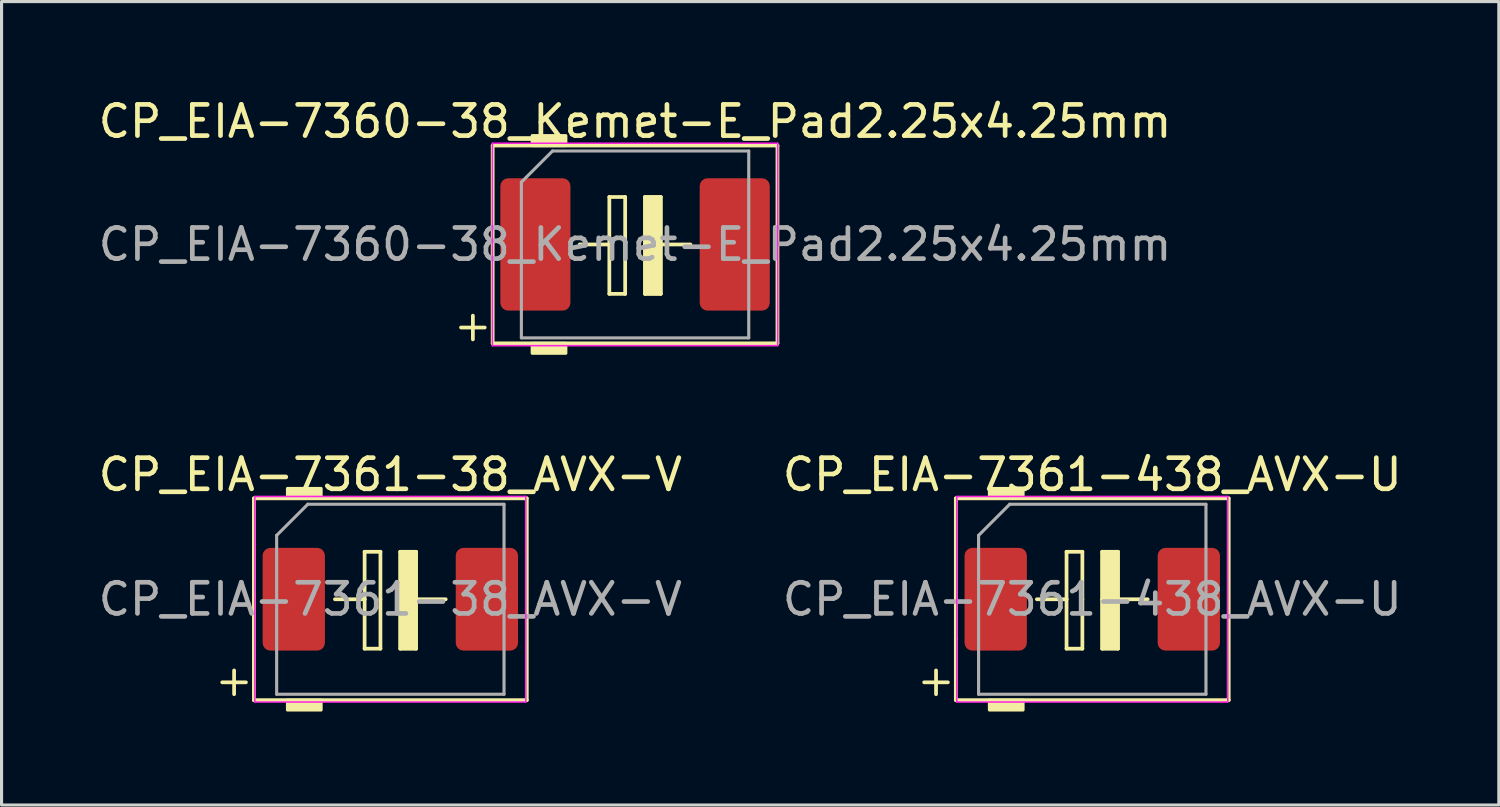
<source format=kicad_pcb>
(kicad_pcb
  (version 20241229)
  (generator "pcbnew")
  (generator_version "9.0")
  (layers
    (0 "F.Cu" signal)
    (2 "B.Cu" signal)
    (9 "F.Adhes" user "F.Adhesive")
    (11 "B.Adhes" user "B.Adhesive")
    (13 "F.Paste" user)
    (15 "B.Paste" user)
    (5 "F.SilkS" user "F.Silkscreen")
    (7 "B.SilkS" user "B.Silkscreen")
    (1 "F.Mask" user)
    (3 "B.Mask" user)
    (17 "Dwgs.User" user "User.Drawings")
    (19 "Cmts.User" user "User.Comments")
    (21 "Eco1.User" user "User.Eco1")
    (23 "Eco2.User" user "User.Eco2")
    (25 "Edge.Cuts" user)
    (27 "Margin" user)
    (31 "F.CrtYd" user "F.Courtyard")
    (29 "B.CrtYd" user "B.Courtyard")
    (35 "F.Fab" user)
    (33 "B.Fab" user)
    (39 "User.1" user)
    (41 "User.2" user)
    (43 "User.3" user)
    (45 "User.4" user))
  (footprint "CP_EIA-7361-438_AVX-U"
    (layer "F.Cu")
    (at 32.018 16.189)
    (property "Reference" "CP_EIA-7361-438_AVX-U" (at 0 -4 0) (layer "F.SilkS") (effects (font (size 1 1) (thickness 0.15))))
    (attr smd)
    (fp_line (start -5.397 2.667) (end -4.636 2.667) (stroke (width 0.12) (type solid)) (layer "F.SilkS"))
    (fp_line (start -5.016 2.286) (end -5.016 3.048) (stroke (width 0.12) (type solid)) (layer "F.SilkS"))
    (fp_line (start -4.381 -3.239) (end -4.381 1.27) (stroke (width 0.12) (type solid)) (layer "F.SilkS"))
    (fp_line (start -4.381 1.27) (end -4.381 3.239) (stroke (width 0.12) (type solid)) (layer "F.SilkS"))
    (fp_line (start -4.381 3.239) (end 4.381 3.239) (stroke (width 0.12) (type solid)) (layer "F.SilkS"))
    (fp_line (start -1.778 0) (end -0.826 0) (stroke (width 0.12) (type solid)) (layer "F.SilkS"))
    (fp_line (start -0.826 -1.524) (end -0.826 0) (stroke (width 0.12) (type solid)) (layer "F.SilkS"))
    (fp_line (start -0.826 1.587) (end -0.826 0) (stroke (width 0.12) (type solid)) (layer "F.SilkS"))
    (fp_line (start -0.826 1.587) (end -0.318 1.587) (stroke (width 0.12) (type solid)) (layer "F.SilkS"))
    (fp_line (start -0.318 -1.524) (end -0.826 -1.524) (stroke (width 0.12) (type solid)) (layer "F.SilkS"))
    (fp_line (start -0.318 -1.524) (end -0.318 0) (stroke (width 0.12) (type solid)) (layer "F.SilkS"))
    (fp_line (start -0.318 1.587) (end -0.318 0) (stroke (width 0.12) (type solid)) (layer "F.SilkS"))
    (fp_line (start 0.318 -1.524) (end 0.318 0) (stroke (width 0.12) (type solid)) (layer "F.SilkS"))
    (fp_line (start 0.318 1.587) (end 0.318 0) (stroke (width 0.12) (type solid)) (layer "F.SilkS"))
    (fp_line (start 0.318 1.587) (end 0.826 1.587) (stroke (width 0.12) (type solid)) (layer "F.SilkS"))
    (fp_line (start 0.826 -1.524) (end 0.318 -1.524) (stroke (width 0.12) (type solid)) (layer "F.SilkS"))
    (fp_line (start 0.826 -1.524) (end 0.826 0) (stroke (width 0.12) (type solid)) (layer "F.SilkS"))
    (fp_line (start 0.826 0) (end 1.778 0) (stroke (width 0.12) (type solid)) (layer "F.SilkS"))
    (fp_line (start 0.826 1.587) (end 0.826 0) (stroke (width 0.12) (type solid)) (layer "F.SilkS"))
    (fp_line (start 4.381 -3.239) (end -4.381 -3.239) (stroke (width 0.12) (type solid)) (layer "F.SilkS"))
    (fp_line (start 4.381 3.239) (end 4.381 -3.239) (stroke (width 0.12) (type solid)) (layer "F.SilkS"))
    (fp_poly (pts (xy -2.223 -3.239) (xy -3.302 -3.239) (xy -3.302 -3.556) (xy -2.223 -3.556)) (stroke (width 0.1) (type solid)) (fill yes) (layer "F.SilkS"))
    (fp_poly (pts (xy -2.223 3.556) (xy -3.302 3.556) (xy -3.302 3.239) (xy -2.223 3.239)) (stroke (width 0.1) (type solid)) (fill yes) (layer "F.SilkS"))
    (fp_poly (pts (xy 0.826 1.587) (xy 0.318 1.587) (xy 0.318 -1.524) (xy 0.826 -1.524)) (stroke (width 0.1) (type solid)) (fill yes) (layer "F.SilkS"))
    (fp_line (start -4.35 -3.3) (end 4.35 -3.3) (stroke (width 0.05) (type solid)) (layer "F.CrtYd"))
    (fp_line (start -4.35 3.3) (end -4.35 -3.3) (stroke (width 0.05) (type solid)) (layer "F.CrtYd"))
    (fp_line (start 4.35 -3.3) (end 4.35 3.3) (stroke (width 0.05) (type solid)) (layer "F.CrtYd"))
    (fp_line (start 4.35 3.3) (end -4.35 3.3) (stroke (width 0.05) (type solid)) (layer "F.CrtYd"))
    (fp_line (start -3.65 -2.05) (end -3.65 3.05) (stroke (width 0.1) (type solid)) (layer "F.Fab"))
    (fp_line (start -3.65 3.05) (end 3.65 3.05) (stroke (width 0.1) (type solid)) (layer "F.Fab"))
    (fp_line (start -2.65 -3.05) (end -3.65 -2.05) (stroke (width 0.1) (type solid)) (layer "F.Fab"))
    (fp_line (start 3.65 -3.05) (end -2.65 -3.05) (stroke (width 0.1) (type solid)) (layer "F.Fab"))
    (fp_line (start 3.65 3.05) (end 3.65 -3.05) (stroke (width 0.1) (type solid)) (layer "F.Fab"))
    (fp_text user "${REFERENCE}" (at 0 0 0) (layer "F.Fab") (effects (font (size 1 1) (thickness 0.15))))
    (pad "1" smd roundrect (at -3.1 0) (size 2 3.3) (layers "F.Cu" "F.Mask" "F.Paste") (roundrect_rratio 0.125))
    (pad "2" smd roundrect (at 3.1 0) (size 2 3.3) (layers "F.Cu" "F.Mask" "F.Paste") (roundrect_rratio 0.125)))
  (footprint "CP_EIA-7360-38_Kemet-E_Pad2.25x4.25mm"
    (layer "F.Cu")
    (at 17.339 4.798)
    (property "Reference" "CP_EIA-7360-38_Kemet-E_Pad2.25x4.25mm" (at 0 -3.95 0) (layer "F.SilkS") (effects (font (size 1 1) (thickness 0.15))))
    (attr smd)
    (fp_line (start -5.588 2.667) (end -4.826 2.667) (stroke (width 0.12) (type solid)) (layer "F.SilkS"))
    (fp_line (start -5.207 2.286) (end -5.207 3.048) (stroke (width 0.12) (type solid)) (layer "F.SilkS"))
    (fp_line (start -4.572 -3.175) (end -4.572 3.175) (stroke (width 0.12) (type solid)) (layer "F.SilkS"))
    (fp_line (start -4.572 3.175) (end 4.572 3.175) (stroke (width 0.12) (type solid)) (layer "F.SilkS"))
    (fp_line (start -1.778 0) (end -0.826 0) (stroke (width 0.12) (type solid)) (layer "F.SilkS"))
    (fp_line (start -0.826 -1.524) (end -0.826 0) (stroke (width 0.12) (type solid)) (layer "F.SilkS"))
    (fp_line (start -0.826 1.587) (end -0.826 0) (stroke (width 0.12) (type solid)) (layer "F.SilkS"))
    (fp_line (start -0.826 1.587) (end -0.318 1.587) (stroke (width 0.12) (type solid)) (layer "F.SilkS"))
    (fp_line (start -0.318 -1.524) (end -0.826 -1.524) (stroke (width 0.12) (type solid)) (layer "F.SilkS"))
    (fp_line (start -0.318 -1.524) (end -0.318 0) (stroke (width 0.12) (type solid)) (layer "F.SilkS"))
    (fp_line (start -0.318 1.587) (end -0.318 0) (stroke (width 0.12) (type solid)) (layer "F.SilkS"))
    (fp_line (start 0.318 -1.524) (end 0.318 0) (stroke (width 0.12) (type solid)) (layer "F.SilkS"))
    (fp_line (start 0.318 1.587) (end 0.318 0) (stroke (width 0.12) (type solid)) (layer "F.SilkS"))
    (fp_line (start 0.318 1.587) (end 0.826 1.587) (stroke (width 0.12) (type solid)) (layer "F.SilkS"))
    (fp_line (start 0.826 -1.524) (end 0.318 -1.524) (stroke (width 0.12) (type solid)) (layer "F.SilkS"))
    (fp_line (start 0.826 -1.524) (end 0.826 0) (stroke (width 0.12) (type solid)) (layer "F.SilkS"))
    (fp_line (start 0.826 0) (end 1.778 0) (stroke (width 0.12) (type solid)) (layer "F.SilkS"))
    (fp_line (start 0.826 1.587) (end 0.826 0) (stroke (width 0.12) (type solid)) (layer "F.SilkS"))
    (fp_line (start 4.572 -3.175) (end -4.572 -3.175) (stroke (width 0.12) (type solid)) (layer "F.SilkS"))
    (fp_line (start 4.572 3.175) (end 4.572 -3.175) (stroke (width 0.12) (type solid)) (layer "F.SilkS"))
    (fp_poly (pts (xy -2.223 -3.175) (xy -3.302 -3.175) (xy -3.302 -3.493) (xy -2.223 -3.493)) (stroke (width 0.1) (type solid)) (fill yes) (layer "F.SilkS"))
    (fp_poly (pts (xy -2.223 3.493) (xy -3.302 3.493) (xy -3.302 3.175) (xy -2.223 3.175)) (stroke (width 0.1) (type solid)) (fill yes) (layer "F.SilkS"))
    (fp_poly (pts (xy 0.826 1.587) (xy 0.318 1.587) (xy 0.318 -1.524) (xy 0.826 -1.524)) (stroke (width 0.1) (type solid)) (fill yes) (layer "F.SilkS"))
    (fp_line (start -4.58 -3.25) (end 4.58 -3.25) (stroke (width 0.05) (type solid)) (layer "F.CrtYd"))
    (fp_line (start -4.58 3.25) (end -4.58 -3.25) (stroke (width 0.05) (type solid)) (layer "F.CrtYd"))
    (fp_line (start 4.58 -3.25) (end 4.58 3.25) (stroke (width 0.05) (type solid)) (layer "F.CrtYd"))
    (fp_line (start 4.58 3.25) (end -4.58 3.25) (stroke (width 0.05) (type solid)) (layer "F.CrtYd"))
    (fp_line (start -3.65 -2) (end -3.65 3) (stroke (width 0.1) (type solid)) (layer "F.Fab"))
    (fp_line (start -3.65 3) (end 3.65 3) (stroke (width 0.1) (type solid)) (layer "F.Fab"))
    (fp_line (start -2.65 -3) (end -3.65 -2) (stroke (width 0.1) (type solid)) (layer "F.Fab"))
    (fp_line (start 3.65 -3) (end -2.65 -3) (stroke (width 0.1) (type solid)) (layer "F.Fab"))
    (fp_line (start 3.65 3) (end 3.65 -3) (stroke (width 0.1) (type solid)) (layer "F.Fab"))
    (fp_text user "${REFERENCE}" (at 0 0 0) (layer "F.Fab") (effects (font (size 1 1) (thickness 0.15))))
    (pad "1" smd roundrect (at -3.2 0) (size 2.25 4.25) (layers "F.Cu" "F.Mask" "F.Paste") (roundrect_rratio 0.111))
    (pad "2" smd roundrect (at 3.2 0) (size 2.25 4.25) (layers "F.Cu" "F.Mask" "F.Paste") (roundrect_rratio 0.111)))
  (footprint "CP_EIA-7361-38_AVX-V"
    (layer "F.Cu")
    (at 9.482 16.189)
    (property "Reference" "CP_EIA-7361-38_AVX-V" (at 0 -4 0) (layer "F.SilkS") (effects (font (size 1 1) (thickness 0.15))))
    (attr smd)
    (fp_line (start -5.397 2.667) (end -4.636 2.667) (stroke (width 0.12) (type solid)) (layer "F.SilkS"))
    (fp_line (start -5.016 2.286) (end -5.016 3.048) (stroke (width 0.12) (type solid)) (layer "F.SilkS"))
    (fp_line (start -4.381 -3.239) (end -4.381 3.239) (stroke (width 0.12) (type solid)) (layer "F.SilkS"))
    (fp_line (start -4.381 3.239) (end 4.381 3.239) (stroke (width 0.12) (type solid)) (layer "F.SilkS"))
    (fp_line (start -1.778 0) (end -0.826 0) (stroke (width 0.12) (type solid)) (layer "F.SilkS"))
    (fp_line (start -0.826 -1.524) (end -0.826 0) (stroke (width 0.12) (type solid)) (layer "F.SilkS"))
    (fp_line (start -0.826 1.587) (end -0.826 0) (stroke (width 0.12) (type solid)) (layer "F.SilkS"))
    (fp_line (start -0.826 1.587) (end -0.318 1.587) (stroke (width 0.12) (type solid)) (layer "F.SilkS"))
    (fp_line (start -0.318 -1.524) (end -0.826 -1.524) (stroke (width 0.12) (type solid)) (layer "F.SilkS"))
    (fp_line (start -0.318 -1.524) (end -0.318 0) (stroke (width 0.12) (type solid)) (layer "F.SilkS"))
    (fp_line (start -0.318 1.587) (end -0.318 0) (stroke (width 0.12) (type solid)) (layer "F.SilkS"))
    (fp_line (start 0.318 -1.524) (end 0.318 0) (stroke (width 0.12) (type solid)) (layer "F.SilkS"))
    (fp_line (start 0.318 1.587) (end 0.318 0) (stroke (width 0.12) (type solid)) (layer "F.SilkS"))
    (fp_line (start 0.318 1.587) (end 0.826 1.587) (stroke (width 0.12) (type solid)) (layer "F.SilkS"))
    (fp_line (start 0.826 -1.524) (end 0.318 -1.524) (stroke (width 0.12) (type solid)) (layer "F.SilkS"))
    (fp_line (start 0.826 -1.524) (end 0.826 0) (stroke (width 0.12) (type solid)) (layer "F.SilkS"))
    (fp_line (start 0.826 0) (end 1.778 0) (stroke (width 0.12) (type solid)) (layer "F.SilkS"))
    (fp_line (start 0.826 1.587) (end 0.826 0) (stroke (width 0.12) (type solid)) (layer "F.SilkS"))
    (fp_line (start 4.381 -3.239) (end -4.381 -3.239) (stroke (width 0.12) (type solid)) (layer "F.SilkS"))
    (fp_line (start 4.381 3.239) (end 4.381 -3.239) (stroke (width 0.12) (type solid)) (layer "F.SilkS"))
    (fp_poly (pts (xy -2.223 -3.239) (xy -3.302 -3.239) (xy -3.302 -3.556) (xy -2.223 -3.556)) (stroke (width 0.1) (type solid)) (fill yes) (layer "F.SilkS"))
    (fp_poly (pts (xy -2.223 3.556) (xy -3.302 3.556) (xy -3.302 3.239) (xy -2.223 3.239)) (stroke (width 0.1) (type solid)) (fill yes) (layer "F.SilkS"))
    (fp_poly (pts (xy 0.826 1.587) (xy 0.318 1.587) (xy 0.318 -1.524) (xy 0.826 -1.524)) (stroke (width 0.1) (type solid)) (fill yes) (layer "F.SilkS"))
    (fp_line (start -4.35 -3.3) (end 4.35 -3.3) (stroke (width 0.05) (type solid)) (layer "F.CrtYd"))
    (fp_line (start -4.35 3.3) (end -4.35 -3.3) (stroke (width 0.05) (type solid)) (layer "F.CrtYd"))
    (fp_line (start 4.35 -3.3) (end 4.35 3.3) (stroke (width 0.05) (type solid)) (layer "F.CrtYd"))
    (fp_line (start 4.35 3.3) (end -4.35 3.3) (stroke (width 0.05) (type solid)) (layer "F.CrtYd"))
    (fp_line (start -3.65 -2.05) (end -3.65 3.05) (stroke (width 0.1) (type solid)) (layer "F.Fab"))
    (fp_line (start -3.65 3.05) (end 3.65 3.05) (stroke (width 0.1) (type solid)) (layer "F.Fab"))
    (fp_line (start -2.65 -3.05) (end -3.65 -2.05) (stroke (width 0.1) (type solid)) (layer "F.Fab"))
    (fp_line (start 3.65 -3.05) (end -2.65 -3.05) (stroke (width 0.1) (type solid)) (layer "F.Fab"))
    (fp_line (start 3.65 3.05) (end 3.65 -3.05) (stroke (width 0.1) (type solid)) (layer "F.Fab"))
    (fp_text user "${REFERENCE}" (at 0 0 0) (layer "F.Fab") (effects (font (size 1 1) (thickness 0.15))))
    (pad "1" smd roundrect (at -3.1 0) (size 2 3.3) (layers "F.Cu" "F.Mask" "F.Paste") (roundrect_rratio 0.125))
    (pad "2" smd roundrect (at 3.1 0) (size 2 3.3) (layers "F.Cu" "F.Mask" "F.Paste") (roundrect_rratio 0.125)))
  (gr_rect
    (start -3 -3)
    (end 45.071 22.795)
    (stroke (width 0.1) (type default))
    (fill no)
    (layer "Edge.Cuts")))
</source>
